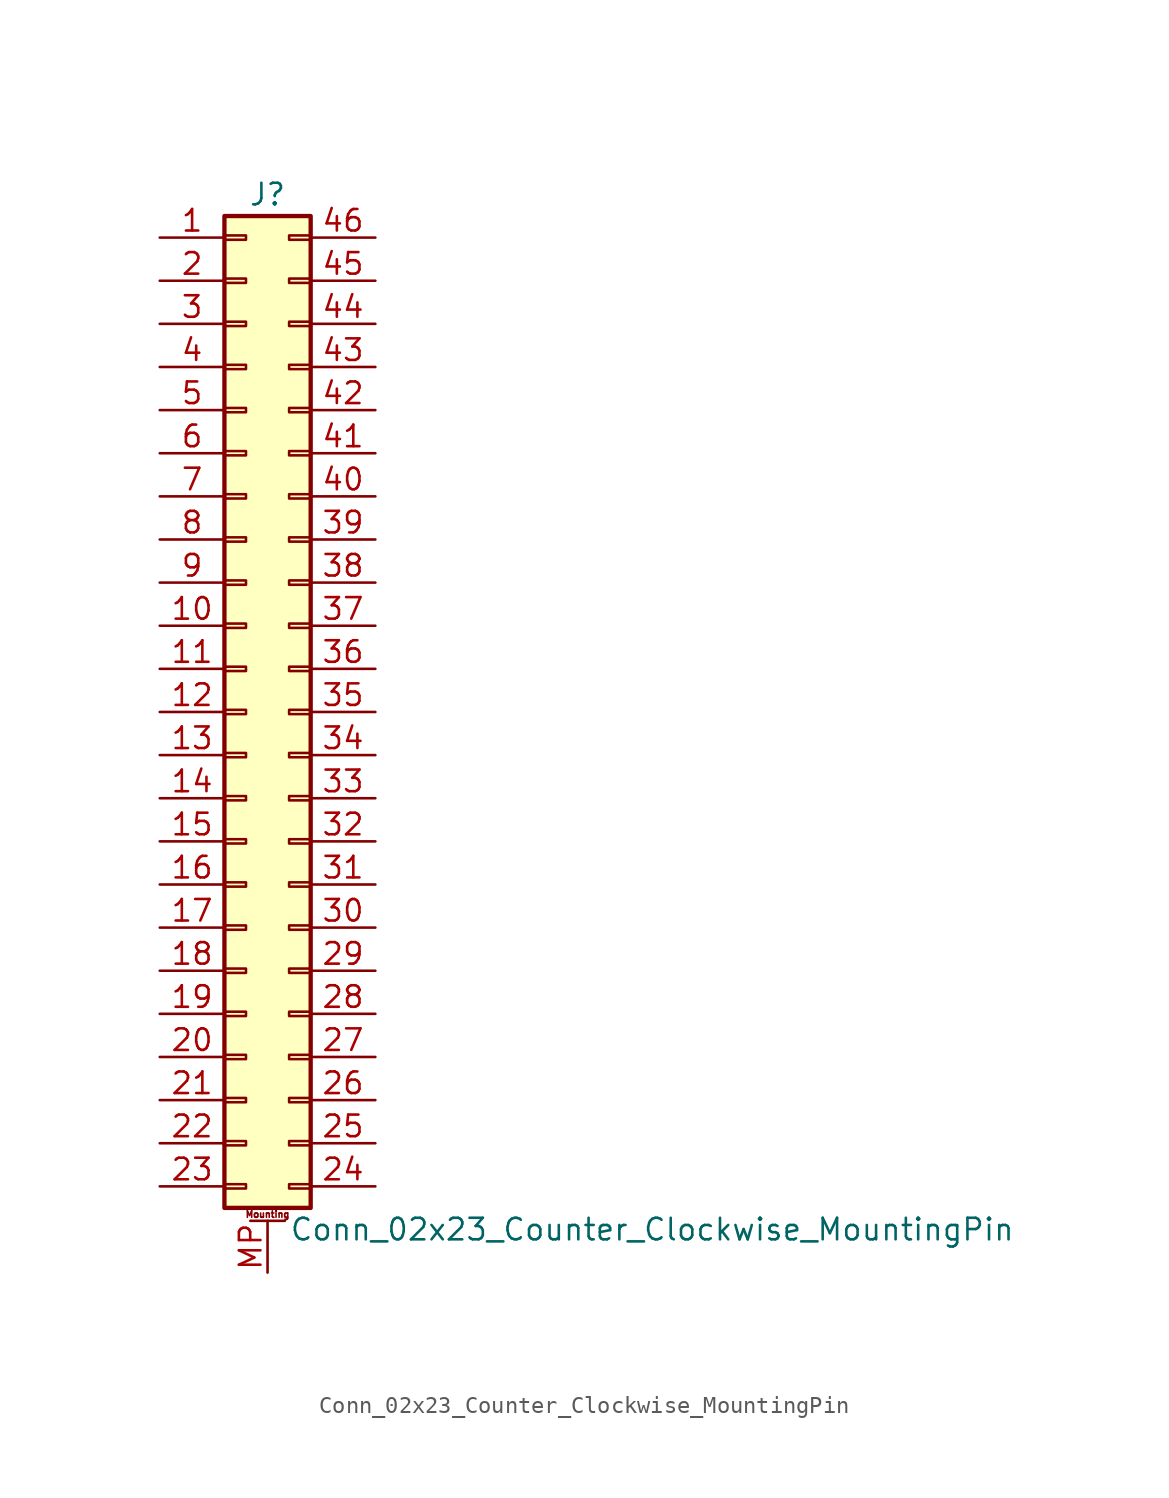
<source format=kicad_sym>
(kicad_symbol_lib
  (version 20220914)
  (generator kicad_symbol_editor)
  (symbol "Conn_02x23_Counter_Clockwise_MountingPin"
    (pin_names
      (offset 1.016) hide)
    (property "Reference" "J"
      (at 1.27 30.48 0)
      (effects (font (size 1.27 1.27))))
    (property "Value" "Conn_02x23_Counter_Clockwise_MountingPin"
      (at 2.54 -30.48 0)
      (effects (font (size 1.27 1.27)) (justify left)))
    (symbol "Conn_02x23_Counter_Clockwise_MountingPin_1_1"
      (rectangle (start -1.27 -27.813) (end 0 -28.067) (stroke (width 0.152) (type default)) (fill (type none)))
      (rectangle (start -1.27 -25.273) (end 0 -25.527) (stroke (width 0.152) (type default)) (fill (type none)))
      (rectangle (start -1.27 -22.733) (end 0 -22.987) (stroke (width 0.152) (type default)) (fill (type none)))
      (rectangle (start -1.27 -20.193) (end 0 -20.447) (stroke (width 0.152) (type default)) (fill (type none)))
      (rectangle (start -1.27 -17.653) (end 0 -17.907) (stroke (width 0.152) (type default)) (fill (type none)))
      (rectangle (start -1.27 -15.113) (end 0 -15.367) (stroke (width 0.152) (type default)) (fill (type none)))
      (rectangle (start -1.27 -12.573) (end 0 -12.827) (stroke (width 0.152) (type default)) (fill (type none)))
      (rectangle (start -1.27 -10.033) (end 0 -10.287) (stroke (width 0.152) (type default)) (fill (type none)))
      (rectangle (start -1.27 -7.493) (end 0 -7.747) (stroke (width 0.152) (type default)) (fill (type none)))
      (rectangle (start -1.27 -4.953) (end 0 -5.207) (stroke (width 0.152) (type default)) (fill (type none)))
      (rectangle (start -1.27 -2.413) (end 0 -2.667) (stroke (width 0.152) (type default)) (fill (type none)))
      (rectangle (start -1.27 0.127) (end 0 -0.127) (stroke (width 0.152) (type default)) (fill (type none)))
      (rectangle (start -1.27 2.667) (end 0 2.413) (stroke (width 0.152) (type default)) (fill (type none)))
      (rectangle (start -1.27 5.207) (end 0 4.953) (stroke (width 0.152) (type default)) (fill (type none)))
      (rectangle (start -1.27 7.747) (end 0 7.493) (stroke (width 0.152) (type default)) (fill (type none)))
      (rectangle (start -1.27 10.287) (end 0 10.033) (stroke (width 0.152) (type default)) (fill (type none)))
      (rectangle (start -1.27 12.827) (end 0 12.573) (stroke (width 0.152) (type default)) (fill (type none)))
      (rectangle (start -1.27 15.367) (end 0 15.113) (stroke (width 0.152) (type default)) (fill (type none)))
      (rectangle (start -1.27 17.907) (end 0 17.653) (stroke (width 0.152) (type default)) (fill (type none)))
      (rectangle (start -1.27 20.447) (end 0 20.193) (stroke (width 0.152) (type default)) (fill (type none)))
      (rectangle (start -1.27 22.987) (end 0 22.733) (stroke (width 0.152) (type default)) (fill (type none)))
      (rectangle (start -1.27 25.527) (end 0 25.273) (stroke (width 0.152) (type default)) (fill (type none)))
      (rectangle (start -1.27 28.067) (end 0 27.813) (stroke (width 0.152) (type default)) (fill (type none)))
      (rectangle (start -1.27 29.21) (end 3.81 -29.21) (stroke (width 0.254) (type default)) (fill (type background)))
      (polyline (pts (xy 0.254 -29.972) (xy 2.286 -29.972)) (stroke (width 0.152) (type default)) (fill (type none)))
      (rectangle (start 3.81 -27.813) (end 2.54 -28.067) (stroke (width 0.152) (type default)) (fill (type none)))
      (rectangle (start 3.81 -25.273) (end 2.54 -25.527) (stroke (width 0.152) (type default)) (fill (type none)))
      (rectangle (start 3.81 -22.733) (end 2.54 -22.987) (stroke (width 0.152) (type default)) (fill (type none)))
      (rectangle (start 3.81 -20.193) (end 2.54 -20.447) (stroke (width 0.152) (type default)) (fill (type none)))
      (rectangle (start 3.81 -17.653) (end 2.54 -17.907) (stroke (width 0.152) (type default)) (fill (type none)))
      (rectangle (start 3.81 -15.113) (end 2.54 -15.367) (stroke (width 0.152) (type default)) (fill (type none)))
      (rectangle (start 3.81 -12.573) (end 2.54 -12.827) (stroke (width 0.152) (type default)) (fill (type none)))
      (rectangle (start 3.81 -10.033) (end 2.54 -10.287) (stroke (width 0.152) (type default)) (fill (type none)))
      (rectangle (start 3.81 -7.493) (end 2.54 -7.747) (stroke (width 0.152) (type default)) (fill (type none)))
      (rectangle (start 3.81 -4.953) (end 2.54 -5.207) (stroke (width 0.152) (type default)) (fill (type none)))
      (rectangle (start 3.81 -2.413) (end 2.54 -2.667) (stroke (width 0.152) (type default)) (fill (type none)))
      (rectangle (start 3.81 0.127) (end 2.54 -0.127) (stroke (width 0.152) (type default)) (fill (type none)))
      (rectangle (start 3.81 2.667) (end 2.54 2.413) (stroke (width 0.152) (type default)) (fill (type none)))
      (rectangle (start 3.81 5.207) (end 2.54 4.953) (stroke (width 0.152) (type default)) (fill (type none)))
      (rectangle (start 3.81 7.747) (end 2.54 7.493) (stroke (width 0.152) (type default)) (fill (type none)))
      (rectangle (start 3.81 10.287) (end 2.54 10.033) (stroke (width 0.152) (type default)) (fill (type none)))
      (rectangle (start 3.81 12.827) (end 2.54 12.573) (stroke (width 0.152) (type default)) (fill (type none)))
      (rectangle (start 3.81 15.367) (end 2.54 15.113) (stroke (width 0.152) (type default)) (fill (type none)))
      (rectangle (start 3.81 17.907) (end 2.54 17.653) (stroke (width 0.152) (type default)) (fill (type none)))
      (rectangle (start 3.81 20.447) (end 2.54 20.193) (stroke (width 0.152) (type default)) (fill (type none)))
      (rectangle (start 3.81 22.987) (end 2.54 22.733) (stroke (width 0.152) (type default)) (fill (type none)))
      (rectangle (start 3.81 25.527) (end 2.54 25.273) (stroke (width 0.152) (type default)) (fill (type none)))
      (rectangle (start 3.81 28.067) (end 2.54 27.813) (stroke (width 0.152) (type default)) (fill (type none)))
      (text "Mounting" (at 1.27 -29.591 0) (effects (font (size 0.381 0.381))))
      (pin passive line (at -5.08 27.94 0) (length 3.81) (name "Pin_1" (effects (font (size 1.27 1.27)))) (number "1" (effects (font (size 1.27 1.27)))))
      (pin passive line (at -5.08 5.08 0) (length 3.81) (name "Pin_10" (effects (font (size 1.27 1.27)))) (number "10" (effects (font (size 1.27 1.27)))))
      (pin passive line (at -5.08 2.54 0) (length 3.81) (name "Pin_11" (effects (font (size 1.27 1.27)))) (number "11" (effects (font (size 1.27 1.27)))))
      (pin passive line (at -5.08 0 0) (length 3.81) (name "Pin_12" (effects (font (size 1.27 1.27)))) (number "12" (effects (font (size 1.27 1.27)))))
      (pin passive line (at -5.08 -2.54 0) (length 3.81) (name "Pin_13" (effects (font (size 1.27 1.27)))) (number "13" (effects (font (size 1.27 1.27)))))
      (pin passive line (at -5.08 -5.08 0) (length 3.81) (name "Pin_14" (effects (font (size 1.27 1.27)))) (number "14" (effects (font (size 1.27 1.27)))))
      (pin passive line (at -5.08 -7.62 0) (length 3.81) (name "Pin_15" (effects (font (size 1.27 1.27)))) (number "15" (effects (font (size 1.27 1.27)))))
      (pin passive line (at -5.08 -10.16 0) (length 3.81) (name "Pin_16" (effects (font (size 1.27 1.27)))) (number "16" (effects (font (size 1.27 1.27)))))
      (pin passive line (at -5.08 -12.7 0) (length 3.81) (name "Pin_17" (effects (font (size 1.27 1.27)))) (number "17" (effects (font (size 1.27 1.27)))))
      (pin passive line (at -5.08 -15.24 0) (length 3.81) (name "Pin_18" (effects (font (size 1.27 1.27)))) (number "18" (effects (font (size 1.27 1.27)))))
      (pin passive line (at -5.08 -17.78 0) (length 3.81) (name "Pin_19" (effects (font (size 1.27 1.27)))) (number "19" (effects (font (size 1.27 1.27)))))
      (pin passive line (at -5.08 25.4 0) (length 3.81) (name "Pin_2" (effects (font (size 1.27 1.27)))) (number "2" (effects (font (size 1.27 1.27)))))
      (pin passive line (at -5.08 -20.32 0) (length 3.81) (name "Pin_20" (effects (font (size 1.27 1.27)))) (number "20" (effects (font (size 1.27 1.27)))))
      (pin passive line (at -5.08 -22.86 0) (length 3.81) (name "Pin_21" (effects (font (size 1.27 1.27)))) (number "21" (effects (font (size 1.27 1.27)))))
      (pin passive line (at -5.08 -25.4 0) (length 3.81) (name "Pin_22" (effects (font (size 1.27 1.27)))) (number "22" (effects (font (size 1.27 1.27)))))
      (pin passive line (at -5.08 -27.94 0) (length 3.81) (name "Pin_23" (effects (font (size 1.27 1.27)))) (number "23" (effects (font (size 1.27 1.27)))))
      (pin passive line (at 7.62 -27.94 180) (length 3.81) (name "Pin_24" (effects (font (size 1.27 1.27)))) (number "24" (effects (font (size 1.27 1.27)))))
      (pin passive line (at 7.62 -25.4 180) (length 3.81) (name "Pin_25" (effects (font (size 1.27 1.27)))) (number "25" (effects (font (size 1.27 1.27)))))
      (pin passive line (at 7.62 -22.86 180) (length 3.81) (name "Pin_26" (effects (font (size 1.27 1.27)))) (number "26" (effects (font (size 1.27 1.27)))))
      (pin passive line (at 7.62 -20.32 180) (length 3.81) (name "Pin_27" (effects (font (size 1.27 1.27)))) (number "27" (effects (font (size 1.27 1.27)))))
      (pin passive line (at 7.62 -17.78 180) (length 3.81) (name "Pin_28" (effects (font (size 1.27 1.27)))) (number "28" (effects (font (size 1.27 1.27)))))
      (pin passive line (at 7.62 -15.24 180) (length 3.81) (name "Pin_29" (effects (font (size 1.27 1.27)))) (number "29" (effects (font (size 1.27 1.27)))))
      (pin passive line (at -5.08 22.86 0) (length 3.81) (name "Pin_3" (effects (font (size 1.27 1.27)))) (number "3" (effects (font (size 1.27 1.27)))))
      (pin passive line (at 7.62 -12.7 180) (length 3.81) (name "Pin_30" (effects (font (size 1.27 1.27)))) (number "30" (effects (font (size 1.27 1.27)))))
      (pin passive line (at 7.62 -10.16 180) (length 3.81) (name "Pin_31" (effects (font (size 1.27 1.27)))) (number "31" (effects (font (size 1.27 1.27)))))
      (pin passive line (at 7.62 -7.62 180) (length 3.81) (name "Pin_32" (effects (font (size 1.27 1.27)))) (number "32" (effects (font (size 1.27 1.27)))))
      (pin passive line (at 7.62 -5.08 180) (length 3.81) (name "Pin_33" (effects (font (size 1.27 1.27)))) (number "33" (effects (font (size 1.27 1.27)))))
      (pin passive line (at 7.62 -2.54 180) (length 3.81) (name "Pin_34" (effects (font (size 1.27 1.27)))) (number "34" (effects (font (size 1.27 1.27)))))
      (pin passive line (at 7.62 0 180) (length 3.81) (name "Pin_35" (effects (font (size 1.27 1.27)))) (number "35" (effects (font (size 1.27 1.27)))))
      (pin passive line (at 7.62 2.54 180) (length 3.81) (name "Pin_36" (effects (font (size 1.27 1.27)))) (number "36" (effects (font (size 1.27 1.27)))))
      (pin passive line (at 7.62 5.08 180) (length 3.81) (name "Pin_37" (effects (font (size 1.27 1.27)))) (number "37" (effects (font (size 1.27 1.27)))))
      (pin passive line (at 7.62 7.62 180) (length 3.81) (name "Pin_38" (effects (font (size 1.27 1.27)))) (number "38" (effects (font (size 1.27 1.27)))))
      (pin passive line (at 7.62 10.16 180) (length 3.81) (name "Pin_39" (effects (font (size 1.27 1.27)))) (number "39" (effects (font (size 1.27 1.27)))))
      (pin passive line (at -5.08 20.32 0) (length 3.81) (name "Pin_4" (effects (font (size 1.27 1.27)))) (number "4" (effects (font (size 1.27 1.27)))))
      (pin passive line (at 7.62 12.7 180) (length 3.81) (name "Pin_40" (effects (font (size 1.27 1.27)))) (number "40" (effects (font (size 1.27 1.27)))))
      (pin passive line (at 7.62 15.24 180) (length 3.81) (name "Pin_41" (effects (font (size 1.27 1.27)))) (number "41" (effects (font (size 1.27 1.27)))))
      (pin passive line (at 7.62 17.78 180) (length 3.81) (name "Pin_42" (effects (font (size 1.27 1.27)))) (number "42" (effects (font (size 1.27 1.27)))))
      (pin passive line (at 7.62 20.32 180) (length 3.81) (name "Pin_43" (effects (font (size 1.27 1.27)))) (number "43" (effects (font (size 1.27 1.27)))))
      (pin passive line (at 7.62 22.86 180) (length 3.81) (name "Pin_44" (effects (font (size 1.27 1.27)))) (number "44" (effects (font (size 1.27 1.27)))))
      (pin passive line (at 7.62 25.4 180) (length 3.81) (name "Pin_45" (effects (font (size 1.27 1.27)))) (number "45" (effects (font (size 1.27 1.27)))))
      (pin passive line (at 7.62 27.94 180) (length 3.81) (name "Pin_46" (effects (font (size 1.27 1.27)))) (number "46" (effects (font (size 1.27 1.27)))))
      (pin passive line (at -5.08 17.78 0) (length 3.81) (name "Pin_5" (effects (font (size 1.27 1.27)))) (number "5" (effects (font (size 1.27 1.27)))))
      (pin passive line (at -5.08 15.24 0) (length 3.81) (name "Pin_6" (effects (font (size 1.27 1.27)))) (number "6" (effects (font (size 1.27 1.27)))))
      (pin passive line (at -5.08 12.7 0) (length 3.81) (name "Pin_7" (effects (font (size 1.27 1.27)))) (number "7" (effects (font (size 1.27 1.27)))))
      (pin passive line (at -5.08 10.16 0) (length 3.81) (name "Pin_8" (effects (font (size 1.27 1.27)))) (number "8" (effects (font (size 1.27 1.27)))))
      (pin passive line (at -5.08 7.62 0) (length 3.81) (name "Pin_9" (effects (font (size 1.27 1.27)))) (number "9" (effects (font (size 1.27 1.27)))))
      (pin passive line (at 1.27 -33.02 90) (length 3.048) (name "MountPin" (effects (font (size 1.27 1.27)))) (number "MP" (effects (font (size 1.27 1.27))))))))
</source>
